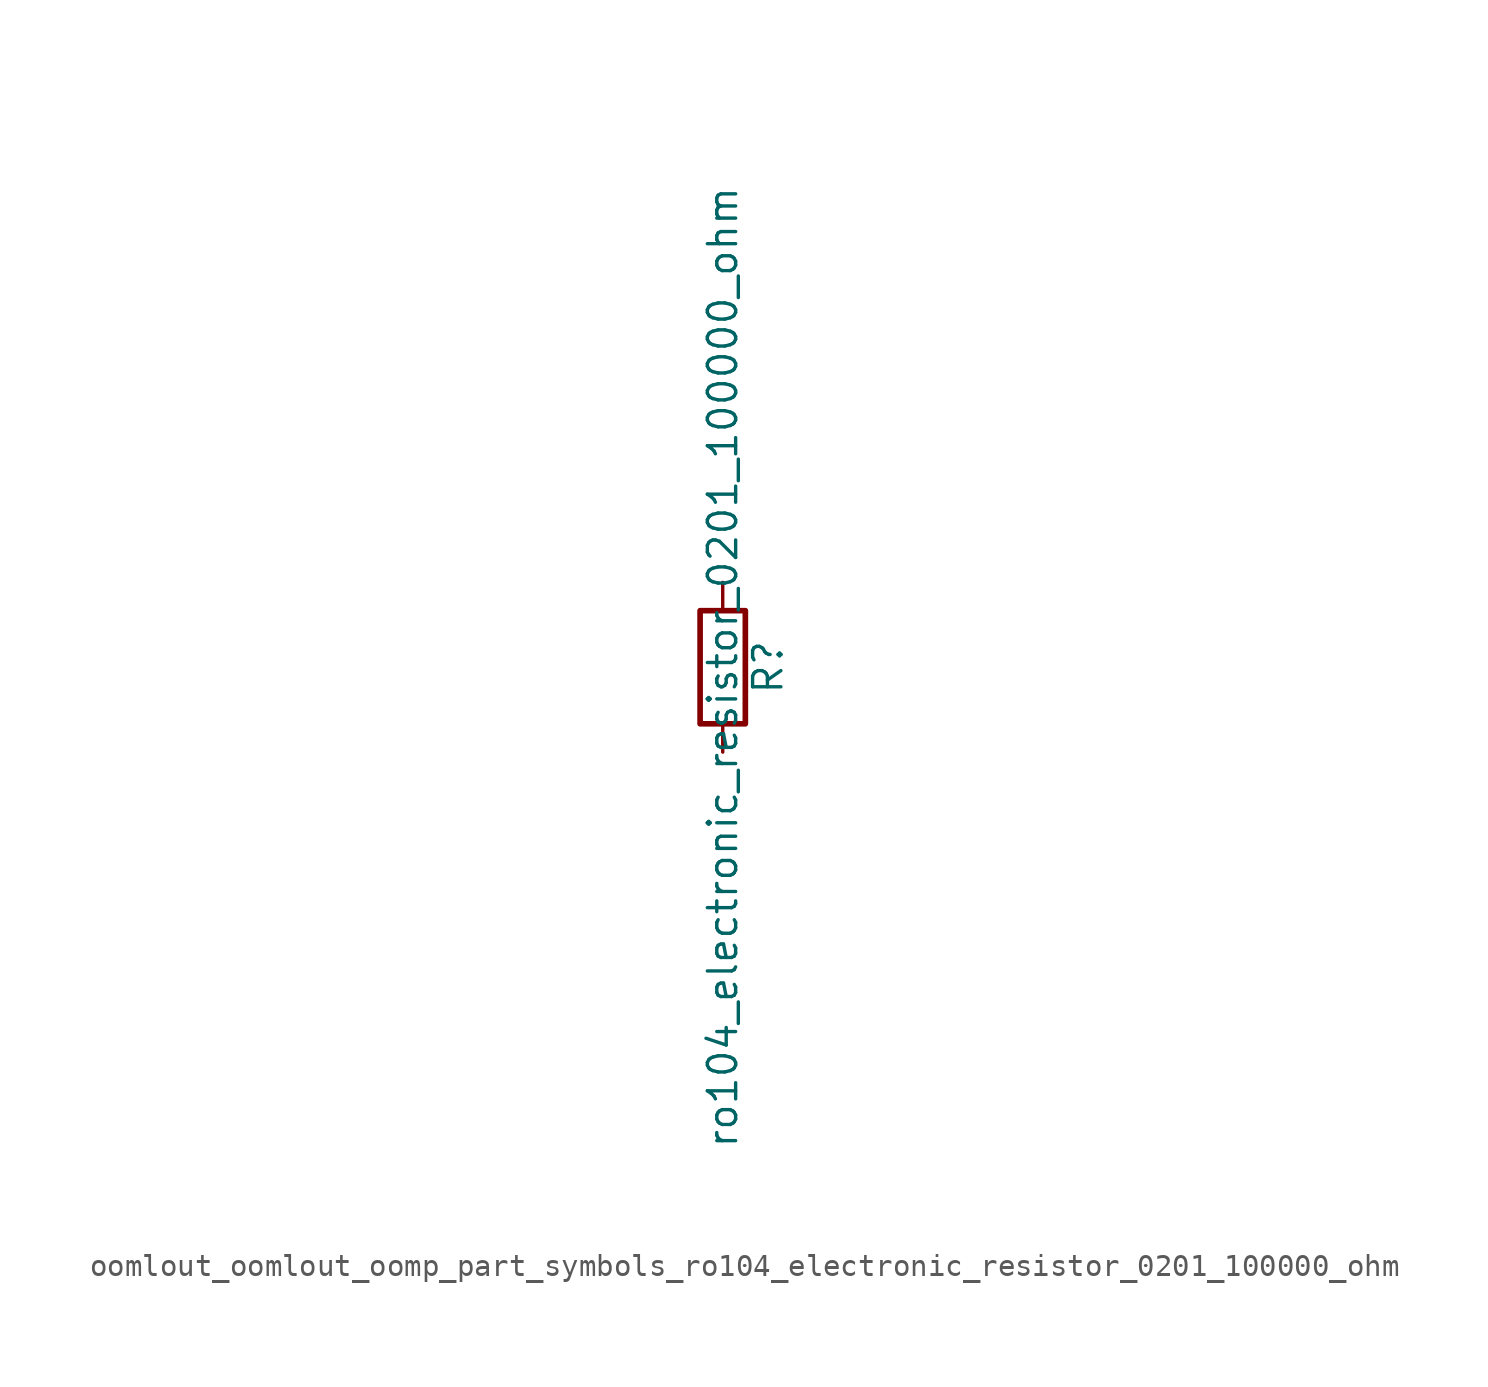
<source format=kicad_sym>
(kicad_symbol_lib
  (version 20220914)
  (generator kicad_symbol_editor)
  (symbol "oomlout_oomlout_oomp_part_symbols_ro104_electronic_resistor_0201_100000_ohm"
    (pin_numbers hide)
    (pin_names
      (offset 0))
    (property "Reference" "R"
      (at 2.032 0 90)
      (effects (font (size 1.27 1.27))))
    (property "Value" "ro104_electronic_resistor_0201_100000_ohm"
      (at 0 0 90)
      (effects (font (size 1.27 1.27))))
    (symbol "oomlout_oomlout_oomp_part_symbols_ro104_electronic_resistor_0201_100000_ohm_0_1"
      (rectangle (start -1.016 -2.54) (end 1.016 2.54) (stroke (width 0.254) (type default)) (fill (type none))))
    (symbol "oomlout_oomlout_oomp_part_symbols_ro104_electronic_resistor_0201_100000_ohm_1_1"
      (pin passive line (at 0 3.81 270) (length 1.27) (name "~" (effects (font (size 1.27 1.27)))) (number "1" (effects (font (size 1.27 1.27)))))
      (pin passive line (at 0 -3.81 90) (length 1.27) (name "~" (effects (font (size 1.27 1.27)))) (number "2" (effects (font (size 1.27 1.27))))))))
</source>
